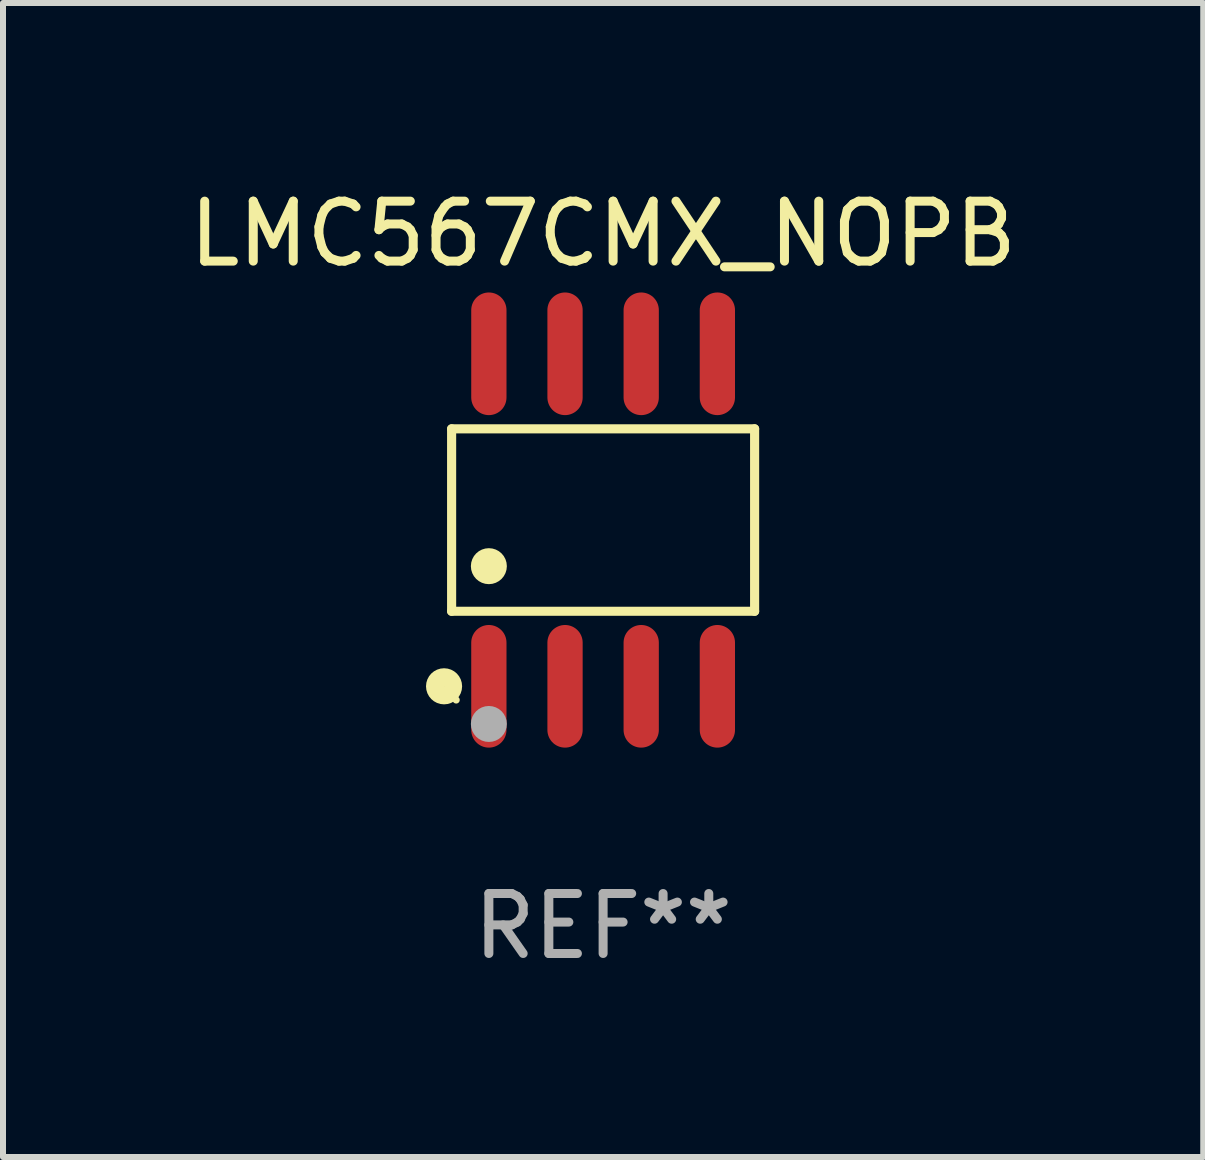
<source format=kicad_pcb>
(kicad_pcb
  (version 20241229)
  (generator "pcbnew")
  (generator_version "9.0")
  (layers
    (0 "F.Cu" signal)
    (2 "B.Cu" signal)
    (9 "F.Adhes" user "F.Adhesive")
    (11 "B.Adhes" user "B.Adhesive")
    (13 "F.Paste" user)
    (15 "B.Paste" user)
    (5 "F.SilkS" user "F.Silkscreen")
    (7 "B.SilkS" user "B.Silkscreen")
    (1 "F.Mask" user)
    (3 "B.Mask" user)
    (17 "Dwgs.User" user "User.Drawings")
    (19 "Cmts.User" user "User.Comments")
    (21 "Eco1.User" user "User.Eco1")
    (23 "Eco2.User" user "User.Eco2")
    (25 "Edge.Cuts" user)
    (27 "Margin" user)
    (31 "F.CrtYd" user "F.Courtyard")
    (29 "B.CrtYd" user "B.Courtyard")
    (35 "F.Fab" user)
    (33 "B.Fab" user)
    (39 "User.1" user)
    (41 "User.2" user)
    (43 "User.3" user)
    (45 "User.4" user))
  (footprint "LMC567CMX_NOPB"
    (layer "F.Cu")
    (at 7.006 5.621)
    (property "Reference" "LMC567CMX_NOPB" (at 0 -4.772 0) (layer "F.SilkS") (effects (font (size 1 1) (thickness 0.15))))
    (attr through_hole)
    (fp_line (start -2.526 -1.521) (end 2.526 -1.521) (stroke (width 0.152) (type solid)) (layer "F.SilkS"))
    (fp_line (start -2.526 1.521) (end -2.526 -1.521) (stroke (width 0.152) (type solid)) (layer "F.SilkS"))
    (fp_line (start 2.526 -1.521) (end 2.526 1.521) (stroke (width 0.152) (type solid)) (layer "F.SilkS"))
    (fp_line (start 2.526 1.521) (end -2.526 1.521) (stroke (width 0.152) (type solid)) (layer "F.SilkS"))
    (fp_circle (center -2.652 2.772) (end -2.501 2.772) (stroke (width 0.3) (type solid)) (fill no) (layer "F.SilkS"))
    (fp_circle (center -2.45 3) (end -2.42 3) (stroke (width 0.06) (type solid)) (fill no) (layer "F.SilkS"))
    (fp_circle (center -1.905 0.769) (end -1.755 0.769) (stroke (width 0.3) (type solid)) (fill no) (layer "F.SilkS"))
    (fp_circle (center -1.905 3.4) (end -1.755 3.4) (stroke (width 0.3) (type solid)) (fill no) (layer "F.Fab"))
    (fp_text user "REF**" (at 0 6.772 0) (layer "F.Fab") (effects (font (size 1 1) (thickness 0.15))))
    (pad "1" smd oval (at -1.905 2.772) (size 0.588 2.045) (layers "F.Cu" "F.Mask" "F.Paste"))
    (pad "2" smd oval (at -0.635 2.772) (size 0.588 2.045) (layers "F.Cu" "F.Mask" "F.Paste"))
    (pad "3" smd oval (at 0.635 2.772) (size 0.588 2.045) (layers "F.Cu" "F.Mask" "F.Paste"))
    (pad "4" smd oval (at 1.905 2.772) (size 0.588 2.045) (layers "F.Cu" "F.Mask" "F.Paste"))
    (pad "5" smd oval (at 1.905 -2.772) (size 0.588 2.045) (layers "F.Cu" "F.Mask" "F.Paste"))
    (pad "6" smd oval (at 0.635 -2.772) (size 0.588 2.045) (layers "F.Cu" "F.Mask" "F.Paste"))
    (pad "7" smd oval (at -0.635 -2.772) (size 0.588 2.045) (layers "F.Cu" "F.Mask" "F.Paste"))
    (pad "8" smd oval (at -1.905 -2.772) (size 0.588 2.045) (layers "F.Cu" "F.Mask" "F.Paste")))
  (gr_rect
    (start -3 -3)
    (end 17.012 16.241)
    (stroke (width 0.1) (type default))
    (fill no)
    (layer "Edge.Cuts")))
</source>
